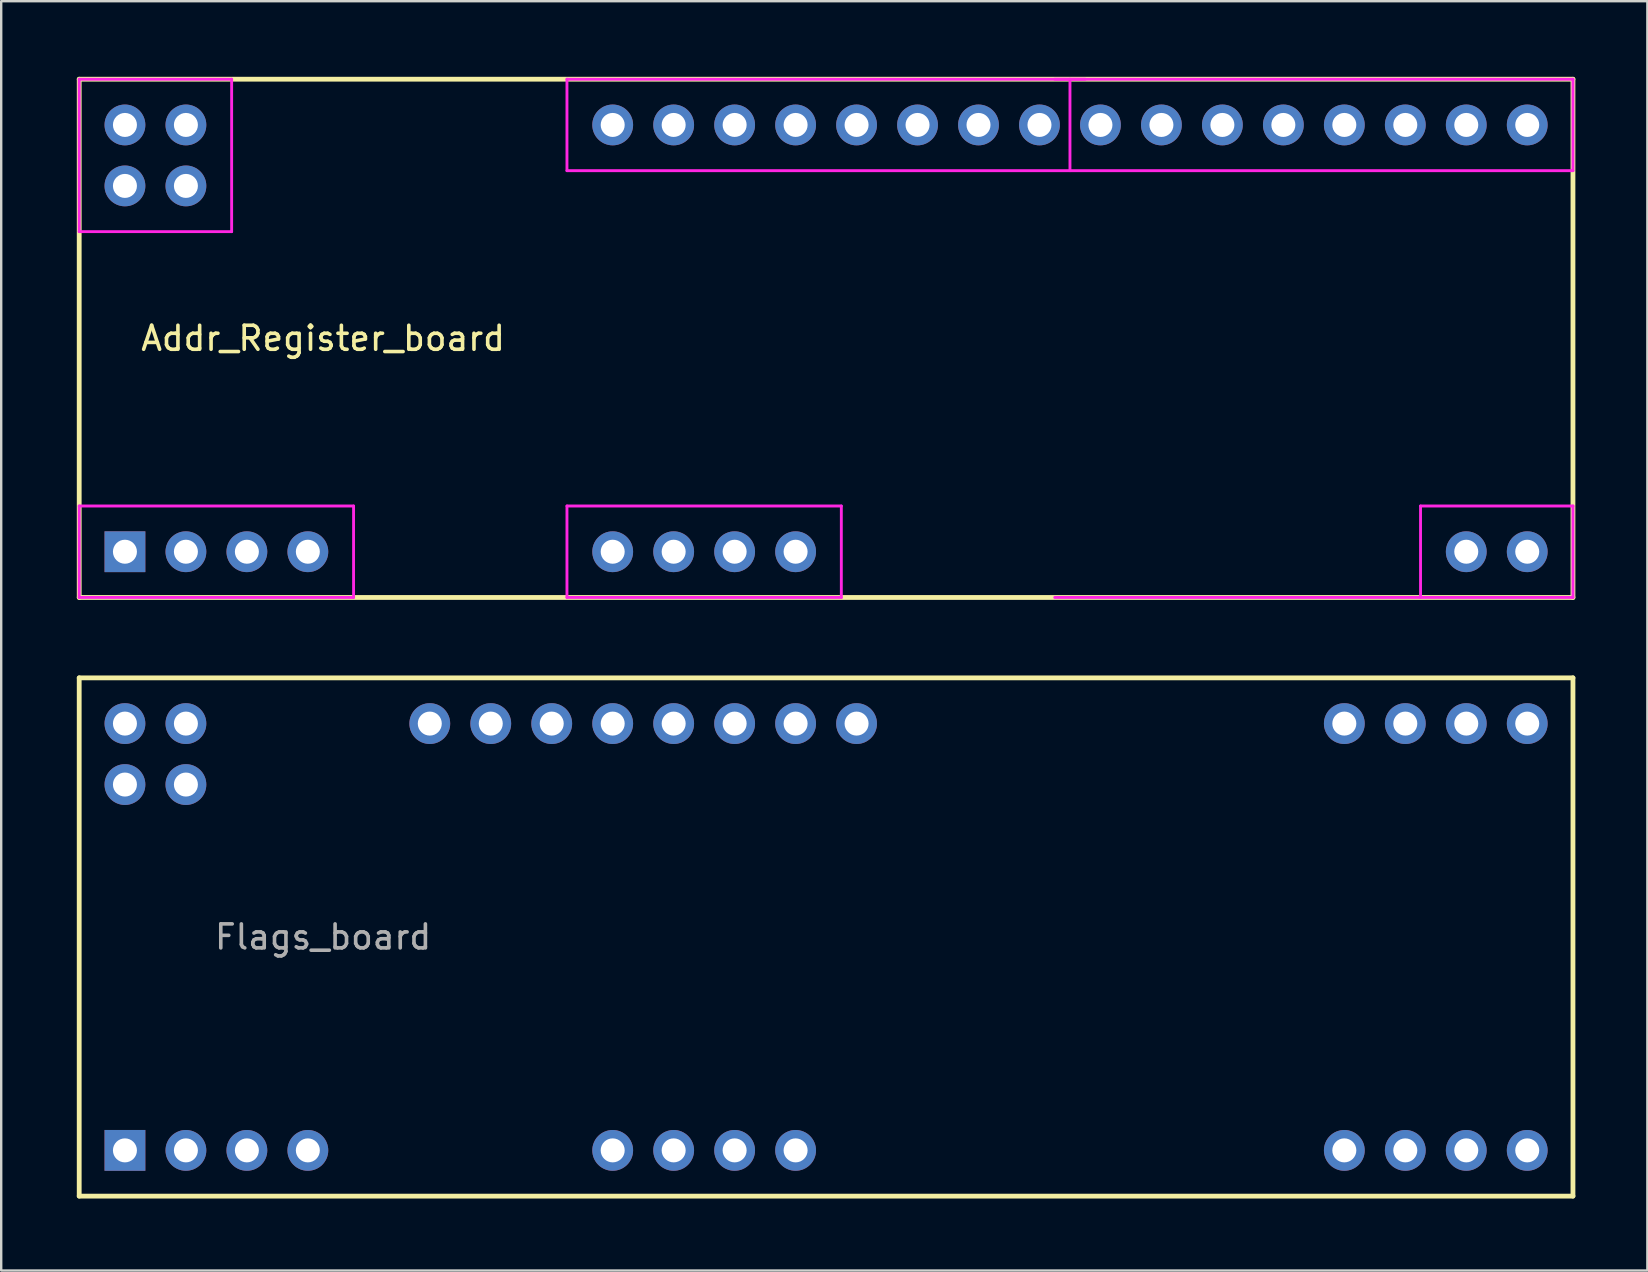
<source format=kicad_pcb>
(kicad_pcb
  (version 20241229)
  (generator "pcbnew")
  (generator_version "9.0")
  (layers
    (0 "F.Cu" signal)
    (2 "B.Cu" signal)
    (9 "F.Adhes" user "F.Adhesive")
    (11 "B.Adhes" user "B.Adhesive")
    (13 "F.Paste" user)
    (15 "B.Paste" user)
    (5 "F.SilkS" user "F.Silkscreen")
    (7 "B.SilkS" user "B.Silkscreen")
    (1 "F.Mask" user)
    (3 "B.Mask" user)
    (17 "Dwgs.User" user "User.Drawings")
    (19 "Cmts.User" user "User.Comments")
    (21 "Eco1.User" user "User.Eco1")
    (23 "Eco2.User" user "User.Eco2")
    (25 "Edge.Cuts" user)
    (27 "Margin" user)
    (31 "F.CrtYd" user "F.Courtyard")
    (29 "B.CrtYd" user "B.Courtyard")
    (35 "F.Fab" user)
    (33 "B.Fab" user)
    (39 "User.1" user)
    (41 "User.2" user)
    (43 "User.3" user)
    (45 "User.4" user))
  (footprint "Addr_Register_board"
    (layer "F.Cu")
    (at 0.25 0.25)
    (property "Reference" "Addr_Register_board" (at 10.16 10.795 180) (layer "F.SilkS") (effects (font (size 1 1) (thickness 0.15))))
    (attr through_hole)
    (fp_line (start 0 0) (end 62.23 0) (stroke (width 0.2) (type solid)) (layer "F.SilkS"))
    (fp_line (start 0 21.59) (end 0 0) (stroke (width 0.2) (type solid)) (layer "F.SilkS"))
    (fp_line (start 62.23 0) (end 62.23 21.59) (stroke (width 0.2) (type solid)) (layer "F.SilkS"))
    (fp_line (start 62.23 21.59) (end 0 21.59) (stroke (width 0.2) (type solid)) (layer "F.SilkS"))
    (fp_line (start 0 0) (end 0 6.35) (stroke (width 0.12) (type solid)) (layer "F.CrtYd"))
    (fp_line (start 0 6.35) (end 6.35 6.35) (stroke (width 0.12) (type solid)) (layer "F.CrtYd"))
    (fp_line (start 0 17.78) (end 11.43 17.78) (stroke (width 0.12) (type solid)) (layer "F.CrtYd"))
    (fp_line (start 0 21.59) (end 0 17.78) (stroke (width 0.12) (type solid)) (layer "F.CrtYd"))
    (fp_line (start 6.35 0) (end 0 0) (stroke (width 0.12) (type solid)) (layer "F.CrtYd"))
    (fp_line (start 6.35 6.35) (end 6.35 0) (stroke (width 0.12) (type solid)) (layer "F.CrtYd"))
    (fp_line (start 11.43 17.78) (end 11.43 21.59) (stroke (width 0.12) (type solid)) (layer "F.CrtYd"))
    (fp_line (start 11.43 21.59) (end 0 21.59) (stroke (width 0.12) (type solid)) (layer "F.CrtYd"))
    (fp_line (start 20.32 0) (end 20.32 3.81) (stroke (width 0.12) (type solid)) (layer "F.CrtYd"))
    (fp_line (start 20.32 3.81) (end 62.23 3.81) (stroke (width 0.12) (type solid)) (layer "F.CrtYd"))
    (fp_line (start 20.32 17.78) (end 20.32 21.59) (stroke (width 0.12) (type solid)) (layer "F.CrtYd"))
    (fp_line (start 20.32 21.59) (end 31.75 21.59) (stroke (width 0.12) (type solid)) (layer "F.CrtYd"))
    (fp_line (start 31.75 17.78) (end 20.32 17.78) (stroke (width 0.12) (type solid)) (layer "F.CrtYd"))
    (fp_line (start 31.75 21.59) (end 31.75 17.78) (stroke (width 0.12) (type solid)) (layer "F.CrtYd"))
    (fp_line (start 40.64 21.59) (end 62.23 21.59) (stroke (width 0.12) (type solid)) (layer "F.CrtYd"))
    (fp_line (start 41.275 3.81) (end 41.275 0) (stroke (width 0.12) (type solid)) (layer "F.CrtYd"))
    (fp_line (start 41.91 0) (end 20.32 0) (stroke (width 0.12) (type solid)) (layer "F.CrtYd"))
    (fp_line (start 55.88 17.78) (end 55.88 21.59) (stroke (width 0.12) (type solid)) (layer "F.CrtYd"))
    (fp_line (start 62.23 0) (end 40.64 0) (stroke (width 0.12) (type solid)) (layer "F.CrtYd"))
    (fp_line (start 62.23 3.81) (end 62.23 0) (stroke (width 0.12) (type solid)) (layer "F.CrtYd"))
    (fp_line (start 62.23 17.78) (end 55.88 17.78) (stroke (width 0.12) (type solid)) (layer "F.CrtYd"))
    (fp_line (start 62.23 21.59) (end 62.23 17.78) (stroke (width 0.12) (type solid)) (layer "F.CrtYd"))
    (pad "1" thru_hole rect (at 1.905 19.685 270) (size 1.7 1.7) (drill 1) (layers "*.Cu" "*.Mask"))
    (pad "2" thru_hole oval (at 4.445 19.685 270) (size 1.7 1.7) (drill 1) (layers "*.Cu" "*.Mask"))
    (pad "3" thru_hole oval (at 6.985 19.685 270) (size 1.7 1.7) (drill 1) (layers "*.Cu" "*.Mask"))
    (pad "4" thru_hole oval (at 9.525 19.685 270) (size 1.7 1.7) (drill 1) (layers "*.Cu" "*.Mask"))
    (pad "5" thru_hole oval (at 22.225 19.685 270) (size 1.7 1.7) (drill 1) (layers "*.Cu" "*.Mask"))
    (pad "6" thru_hole oval (at 24.765 19.685 270) (size 1.7 1.7) (drill 1) (layers "*.Cu" "*.Mask"))
    (pad "7" thru_hole oval (at 27.305 19.685 270) (size 1.7 1.7) (drill 1) (layers "*.Cu" "*.Mask"))
    (pad "8" thru_hole oval (at 29.845 19.685 270) (size 1.7 1.7) (drill 1) (layers "*.Cu" "*.Mask"))
    (pad "9" thru_hole oval (at 57.785 19.685 270) (size 1.7 1.7) (drill 1) (layers "*.Cu" "*.Mask"))
    (pad "10" thru_hole oval (at 60.325 19.685 270) (size 1.7 1.7) (drill 1) (layers "*.Cu" "*.Mask"))
    (pad "11" thru_hole oval (at 60.325 1.905 270) (size 1.7 1.7) (drill 1) (layers "*.Cu" "*.Mask"))
    (pad "12" thru_hole oval (at 57.785 1.905 270) (size 1.7 1.7) (drill 1) (layers "*.Cu" "*.Mask"))
    (pad "13" thru_hole oval (at 55.245 1.905 270) (size 1.7 1.7) (drill 1) (layers "*.Cu" "*.Mask"))
    (pad "14" thru_hole oval (at 52.705 1.905 270) (size 1.7 1.7) (drill 1) (layers "*.Cu" "*.Mask"))
    (pad "15" thru_hole oval (at 50.165 1.905 270) (size 1.7 1.7) (drill 1) (layers "*.Cu" "*.Mask"))
    (pad "16" thru_hole oval (at 47.625 1.905 270) (size 1.7 1.7) (drill 1) (layers "*.Cu" "*.Mask"))
    (pad "17" thru_hole oval (at 45.085 1.905 270) (size 1.7 1.7) (drill 1) (layers "*.Cu" "*.Mask"))
    (pad "18" thru_hole oval (at 42.545 1.905 270) (size 1.7 1.7) (drill 1) (layers "*.Cu" "*.Mask"))
    (pad "19" thru_hole oval (at 40.005 1.905 270) (size 1.7 1.7) (drill 1) (layers "*.Cu" "*.Mask"))
    (pad "20" thru_hole oval (at 37.465 1.905 270) (size 1.7 1.7) (drill 1) (layers "*.Cu" "*.Mask"))
    (pad "21" thru_hole oval (at 34.925 1.905 270) (size 1.7 1.7) (drill 1) (layers "*.Cu" "*.Mask"))
    (pad "22" thru_hole oval (at 32.385 1.905 270) (size 1.7 1.7) (drill 1) (layers "*.Cu" "*.Mask"))
    (pad "23" thru_hole oval (at 29.845 1.905 270) (size 1.7 1.7) (drill 1) (layers "*.Cu" "*.Mask"))
    (pad "24" thru_hole oval (at 27.305 1.905 270) (size 1.7 1.7) (drill 1) (layers "*.Cu" "*.Mask"))
    (pad "25" thru_hole oval (at 24.765 1.905 270) (size 1.7 1.7) (drill 1) (layers "*.Cu" "*.Mask"))
    (pad "26" thru_hole oval (at 22.225 1.905 270) (size 1.7 1.7) (drill 1) (layers "*.Cu" "*.Mask"))
    (pad "27" thru_hole oval (at 4.445 1.905 90) (size 1.7 1.7) (drill 1) (layers "*.Cu" "*.Mask"))
    (pad "28" thru_hole oval (at 1.905 1.905 90) (size 1.7 1.7) (drill 1) (layers "*.Cu" "*.Mask"))
    (pad "29" thru_hole oval (at 4.445 4.445 90) (size 1.7 1.7) (drill 1) (layers "*.Cu" "*.Mask"))
    (pad "30" thru_hole oval (at 1.905 4.445 90) (size 1.7 1.7) (drill 1) (layers "*.Cu" "*.Mask")))
  (footprint "Flags_board"
    (layer "F.Cu")
    (at 0.25 25.19)
    (property "Reference" "Flags_board" (at 10.16 10.795 180) (layer "F.Fab") (effects (font (size 1 1) (thickness 0.15))))
    (attr through_hole)
    (fp_line (start 0 0) (end 62.23 0) (stroke (width 0.2) (type solid)) (layer "F.SilkS"))
    (fp_line (start 0 21.59) (end 0 0) (stroke (width 0.2) (type solid)) (layer "F.SilkS"))
    (fp_line (start 62.23 0) (end 62.23 21.59) (stroke (width 0.2) (type solid)) (layer "F.SilkS"))
    (fp_line (start 62.23 21.59) (end 0 21.59) (stroke (width 0.2) (type solid)) (layer "F.SilkS"))
    (pad "1" thru_hole rect (at 1.905 19.685 270) (size 1.7 1.7) (drill 1) (layers "*.Cu" "*.Mask"))
    (pad "2" thru_hole oval (at 4.445 19.685 270) (size 1.7 1.7) (drill 1) (layers "*.Cu" "*.Mask"))
    (pad "3" thru_hole oval (at 6.985 19.685 270) (size 1.7 1.7) (drill 1) (layers "*.Cu" "*.Mask"))
    (pad "4" thru_hole oval (at 9.525 19.685 270) (size 1.7 1.7) (drill 1) (layers "*.Cu" "*.Mask"))
    (pad "5" thru_hole oval (at 22.225 19.685 270) (size 1.7 1.7) (drill 1) (layers "*.Cu" "*.Mask"))
    (pad "6" thru_hole oval (at 24.765 19.685 270) (size 1.7 1.7) (drill 1) (layers "*.Cu" "*.Mask"))
    (pad "7" thru_hole oval (at 27.305 19.685 270) (size 1.7 1.7) (drill 1) (layers "*.Cu" "*.Mask"))
    (pad "8" thru_hole oval (at 29.845 19.685 270) (size 1.7 1.7) (drill 1) (layers "*.Cu" "*.Mask"))
    (pad "9" thru_hole oval (at 52.705 19.685 270) (size 1.7 1.7) (drill 1) (layers "*.Cu" "*.Mask"))
    (pad "10" thru_hole oval (at 55.245 19.685 270) (size 1.7 1.7) (drill 1) (layers "*.Cu" "*.Mask"))
    (pad "11" thru_hole oval (at 57.785 19.685 270) (size 1.7 1.7) (drill 1) (layers "*.Cu" "*.Mask"))
    (pad "12" thru_hole oval (at 60.325 19.685 270) (size 1.7 1.7) (drill 1) (layers "*.Cu" "*.Mask"))
    (pad "13" thru_hole oval (at 60.325 1.905 270) (size 1.7 1.7) (drill 1) (layers "*.Cu" "*.Mask"))
    (pad "14" thru_hole oval (at 57.785 1.905 270) (size 1.7 1.7) (drill 1) (layers "*.Cu" "*.Mask"))
    (pad "15" thru_hole oval (at 55.245 1.905 270) (size 1.7 1.7) (drill 1) (layers "*.Cu" "*.Mask"))
    (pad "16" thru_hole oval (at 52.705 1.905 270) (size 1.7 1.7) (drill 1) (layers "*.Cu" "*.Mask"))
    (pad "17" thru_hole oval (at 32.385 1.905 270) (size 1.7 1.7) (drill 1) (layers "*.Cu" "*.Mask"))
    (pad "18" thru_hole oval (at 29.845 1.905 270) (size 1.7 1.7) (drill 1) (layers "*.Cu" "*.Mask"))
    (pad "19" thru_hole oval (at 27.305 1.905 270) (size 1.7 1.7) (drill 1) (layers "*.Cu" "*.Mask"))
    (pad "20" thru_hole oval (at 24.765 1.905 270) (size 1.7 1.7) (drill 1) (layers "*.Cu" "*.Mask"))
    (pad "21" thru_hole oval (at 22.225 1.905 270) (size 1.7 1.7) (drill 1) (layers "*.Cu" "*.Mask"))
    (pad "22" thru_hole oval (at 19.685 1.905 270) (size 1.7 1.7) (drill 1) (layers "*.Cu" "*.Mask"))
    (pad "23" thru_hole oval (at 17.145 1.905 270) (size 1.7 1.7) (drill 1) (layers "*.Cu" "*.Mask"))
    (pad "24" thru_hole oval (at 14.605 1.905 270) (size 1.7 1.7) (drill 1) (layers "*.Cu" "*.Mask"))
    (pad "25" thru_hole oval (at 4.445 1.905 90) (size 1.7 1.7) (drill 1) (layers "*.Cu" "*.Mask"))
    (pad "26" thru_hole oval (at 1.905 1.905 90) (size 1.7 1.7) (drill 1) (layers "*.Cu" "*.Mask"))
    (pad "27" thru_hole oval (at 4.445 4.445 90) (size 1.7 1.7) (drill 1) (layers "*.Cu" "*.Mask"))
    (pad "28" thru_hole oval (at 1.905 4.445 90) (size 1.7 1.7) (drill 1) (layers "*.Cu" "*.Mask")))
  (gr_rect
    (start -3 -3)
    (end 65.58 49.88)
    (stroke (width 0.1) (type default))
    (fill no)
    (layer "Edge.Cuts")))
</source>
